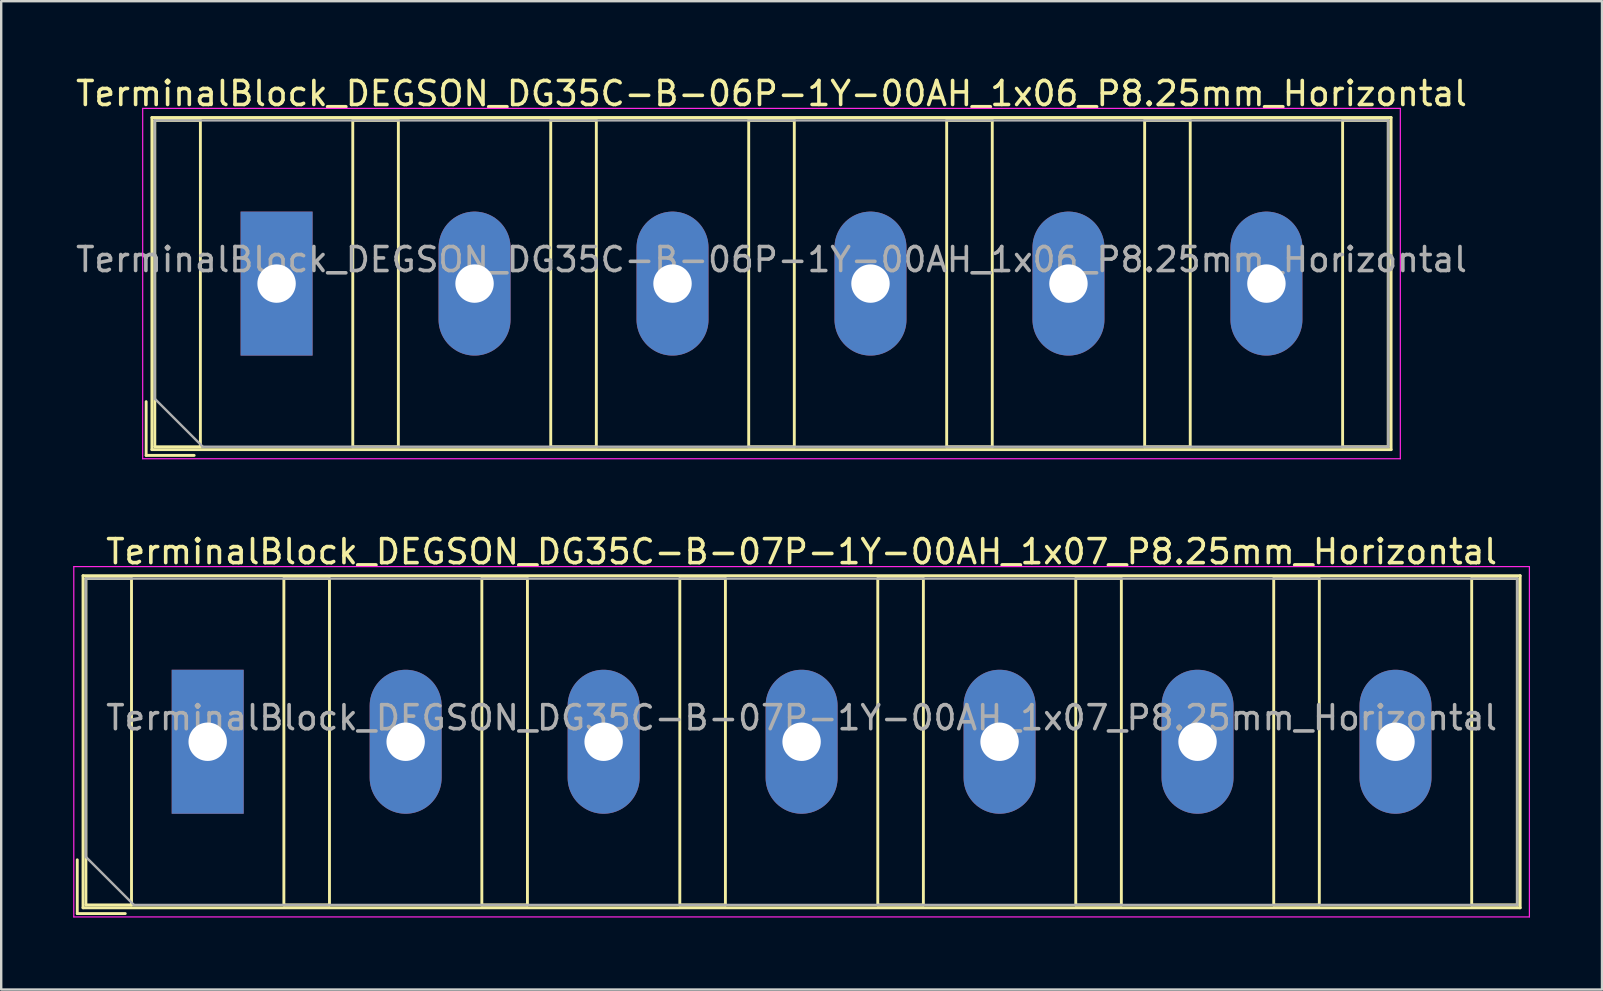
<source format=kicad_pcb>
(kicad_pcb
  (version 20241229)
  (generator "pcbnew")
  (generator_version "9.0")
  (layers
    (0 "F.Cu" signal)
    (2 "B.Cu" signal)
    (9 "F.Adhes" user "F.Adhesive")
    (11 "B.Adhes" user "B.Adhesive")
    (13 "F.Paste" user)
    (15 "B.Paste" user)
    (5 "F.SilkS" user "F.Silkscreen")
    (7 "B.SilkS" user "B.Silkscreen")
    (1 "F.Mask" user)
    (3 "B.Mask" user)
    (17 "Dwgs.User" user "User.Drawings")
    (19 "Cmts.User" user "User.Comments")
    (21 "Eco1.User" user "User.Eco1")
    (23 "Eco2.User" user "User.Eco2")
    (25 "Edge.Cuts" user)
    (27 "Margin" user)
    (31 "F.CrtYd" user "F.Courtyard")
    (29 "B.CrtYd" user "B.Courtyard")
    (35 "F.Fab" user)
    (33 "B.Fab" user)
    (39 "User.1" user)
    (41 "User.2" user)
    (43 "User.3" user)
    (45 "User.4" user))
  (footprint "TerminalBlock_DEGSON_DG35C-B-06P-1Y-00AH_1x06_P8.25mm_Horizontal"
    (layer "F.Cu")
    (at 8.476 8.768)
    (property "Reference" "TerminalBlock_DEGSON_DG35C-B-06P-1Y-00AH_1x06_P8.25mm_Horizontal" (at 20.625 -7.92 0) (layer "F.SilkS") (effects (font (size 1 1) (thickness 0.15))))
    (attr through_hole)
    (fp_line (start -1.98 -3.48) (end -1.98 3.48) (stroke (width 0.01) (type solid)) (layer "F.Mask"))
    (fp_line (start -1.98 3.48) (end 1.98 3.48) (stroke (width 0.01) (type solid)) (layer "F.Mask"))
    (fp_line (start 1.98 -3.48) (end -1.98 -3.48) (stroke (width 0.01) (type solid)) (layer "F.Mask"))
    (fp_line (start 1.98 3.48) (end 1.98 -3.48) (stroke (width 0.01) (type solid)) (layer "F.Mask"))
    (fp_line (start 6.27 -3.48) (end 6.27 3.48) (stroke (width 0.01) (type solid)) (layer "F.Mask"))
    (fp_line (start 6.27 3.48) (end 10.23 3.48) (stroke (width 0.01) (type solid)) (layer "F.Mask"))
    (fp_line (start 10.23 -3.48) (end 6.27 -3.48) (stroke (width 0.01) (type solid)) (layer "F.Mask"))
    (fp_line (start 10.23 3.48) (end 10.23 -3.48) (stroke (width 0.01) (type solid)) (layer "F.Mask"))
    (fp_line (start 14.52 -3.48) (end 14.52 3.48) (stroke (width 0.01) (type solid)) (layer "F.Mask"))
    (fp_line (start 14.52 3.48) (end 18.48 3.48) (stroke (width 0.01) (type solid)) (layer "F.Mask"))
    (fp_line (start 18.48 -3.48) (end 14.52 -3.48) (stroke (width 0.01) (type solid)) (layer "F.Mask"))
    (fp_line (start 18.48 3.48) (end 18.48 -3.48) (stroke (width 0.01) (type solid)) (layer "F.Mask"))
    (fp_line (start 22.77 -3.48) (end 22.77 3.48) (stroke (width 0.01) (type solid)) (layer "F.Mask"))
    (fp_line (start 22.77 3.48) (end 26.73 3.48) (stroke (width 0.01) (type solid)) (layer "F.Mask"))
    (fp_line (start 26.73 -3.48) (end 22.77 -3.48) (stroke (width 0.01) (type solid)) (layer "F.Mask"))
    (fp_line (start 26.73 3.48) (end 26.73 -3.48) (stroke (width 0.01) (type solid)) (layer "F.Mask"))
    (fp_line (start 31.02 -3.48) (end 31.02 3.48) (stroke (width 0.01) (type solid)) (layer "F.Mask"))
    (fp_line (start 31.02 3.48) (end 34.98 3.48) (stroke (width 0.01) (type solid)) (layer "F.Mask"))
    (fp_line (start 34.98 -3.48) (end 31.02 -3.48) (stroke (width 0.01) (type solid)) (layer "F.Mask"))
    (fp_line (start 34.98 3.48) (end 34.98 -3.48) (stroke (width 0.01) (type solid)) (layer "F.Mask"))
    (fp_line (start 39.27 -3.48) (end 39.27 3.48) (stroke (width 0.01) (type solid)) (layer "F.Mask"))
    (fp_line (start 39.27 3.48) (end 43.23 3.48) (stroke (width 0.01) (type solid)) (layer "F.Mask"))
    (fp_line (start 43.23 -3.48) (end 39.27 -3.48) (stroke (width 0.01) (type solid)) (layer "F.Mask"))
    (fp_line (start 43.23 3.48) (end 43.23 -3.48) (stroke (width 0.01) (type solid)) (layer "F.Mask"))
    (fp_line (start -5.435 4.92) (end -5.435 7.16) (stroke (width 0.12) (type solid)) (layer "F.SilkS"))
    (fp_line (start -5.435 7.16) (end -3.435 7.16) (stroke (width 0.12) (type solid)) (layer "F.SilkS"))
    (fp_line (start -5.195 -6.92) (end -5.195 6.92) (stroke (width 0.12) (type solid)) (layer "F.SilkS"))
    (fp_line (start -5.195 -6.92) (end 46.445 -6.92) (stroke (width 0.12) (type solid)) (layer "F.SilkS"))
    (fp_line (start -5.195 6.92) (end 46.445 6.92) (stroke (width 0.12) (type solid)) (layer "F.SilkS"))
    (fp_line (start -5.075 -6.8) (end -5.075 6.8) (stroke (width 0.12) (type solid)) (layer "F.SilkS"))
    (fp_line (start -5.075 6.8) (end -3.175 6.8) (stroke (width 0.12) (type solid)) (layer "F.SilkS"))
    (fp_line (start -3.175 -6.8) (end -5.075 -6.8) (stroke (width 0.12) (type solid)) (layer "F.SilkS"))
    (fp_line (start -3.175 6.8) (end -3.175 -6.8) (stroke (width 0.12) (type solid)) (layer "F.SilkS"))
    (fp_line (start 3.175 -6.8) (end 3.175 6.8) (stroke (width 0.12) (type solid)) (layer "F.SilkS"))
    (fp_line (start 3.175 6.8) (end 5.075 6.8) (stroke (width 0.12) (type solid)) (layer "F.SilkS"))
    (fp_line (start 5.075 -6.8) (end 3.175 -6.8) (stroke (width 0.12) (type solid)) (layer "F.SilkS"))
    (fp_line (start 5.075 6.8) (end 5.075 -6.8) (stroke (width 0.12) (type solid)) (layer "F.SilkS"))
    (fp_line (start 11.425 -6.8) (end 11.425 6.8) (stroke (width 0.12) (type solid)) (layer "F.SilkS"))
    (fp_line (start 11.425 6.8) (end 13.325 6.8) (stroke (width 0.12) (type solid)) (layer "F.SilkS"))
    (fp_line (start 13.325 -6.8) (end 11.425 -6.8) (stroke (width 0.12) (type solid)) (layer "F.SilkS"))
    (fp_line (start 13.325 6.8) (end 13.325 -6.8) (stroke (width 0.12) (type solid)) (layer "F.SilkS"))
    (fp_line (start 19.675 -6.8) (end 19.675 6.8) (stroke (width 0.12) (type solid)) (layer "F.SilkS"))
    (fp_line (start 19.675 6.8) (end 21.575 6.8) (stroke (width 0.12) (type solid)) (layer "F.SilkS"))
    (fp_line (start 21.575 -6.8) (end 19.675 -6.8) (stroke (width 0.12) (type solid)) (layer "F.SilkS"))
    (fp_line (start 21.575 6.8) (end 21.575 -6.8) (stroke (width 0.12) (type solid)) (layer "F.SilkS"))
    (fp_line (start 27.925 -6.8) (end 27.925 6.8) (stroke (width 0.12) (type solid)) (layer "F.SilkS"))
    (fp_line (start 27.925 6.8) (end 29.825 6.8) (stroke (width 0.12) (type solid)) (layer "F.SilkS"))
    (fp_line (start 29.825 -6.8) (end 27.925 -6.8) (stroke (width 0.12) (type solid)) (layer "F.SilkS"))
    (fp_line (start 29.825 6.8) (end 29.825 -6.8) (stroke (width 0.12) (type solid)) (layer "F.SilkS"))
    (fp_line (start 36.175 -6.8) (end 36.175 6.8) (stroke (width 0.12) (type solid)) (layer "F.SilkS"))
    (fp_line (start 36.175 6.8) (end 38.075 6.8) (stroke (width 0.12) (type solid)) (layer "F.SilkS"))
    (fp_line (start 38.075 -6.8) (end 36.175 -6.8) (stroke (width 0.12) (type solid)) (layer "F.SilkS"))
    (fp_line (start 38.075 6.8) (end 38.075 -6.8) (stroke (width 0.12) (type solid)) (layer "F.SilkS"))
    (fp_line (start 44.425 -6.8) (end 44.425 6.8) (stroke (width 0.12) (type solid)) (layer "F.SilkS"))
    (fp_line (start 44.425 6.8) (end 46.325 6.8) (stroke (width 0.12) (type solid)) (layer "F.SilkS"))
    (fp_line (start 46.325 -6.8) (end 44.425 -6.8) (stroke (width 0.12) (type solid)) (layer "F.SilkS"))
    (fp_line (start 46.325 6.8) (end 46.325 -6.8) (stroke (width 0.12) (type solid)) (layer "F.SilkS"))
    (fp_line (start 46.445 -6.92) (end 46.445 6.92) (stroke (width 0.12) (type solid)) (layer "F.SilkS"))
    (fp_line (start -5.58 -7.3) (end -5.58 7.3) (stroke (width 0.05) (type solid)) (layer "F.CrtYd"))
    (fp_line (start -5.58 7.3) (end 46.83 7.3) (stroke (width 0.05) (type solid)) (layer "F.CrtYd"))
    (fp_line (start 46.83 -7.3) (end -5.58 -7.3) (stroke (width 0.05) (type solid)) (layer "F.CrtYd"))
    (fp_line (start 46.83 7.3) (end 46.83 -7.3) (stroke (width 0.05) (type solid)) (layer "F.CrtYd"))
    (fp_line (start -5.075 -6.8) (end 46.325 -6.8) (stroke (width 0.1) (type solid)) (layer "F.Fab"))
    (fp_line (start -5.075 4.8) (end -5.075 -6.8) (stroke (width 0.1) (type solid)) (layer "F.Fab"))
    (fp_line (start -3.075 6.8) (end -5.075 4.8) (stroke (width 0.1) (type solid)) (layer "F.Fab"))
    (fp_line (start 46.325 -6.8) (end 46.325 6.8) (stroke (width 0.1) (type solid)) (layer "F.Fab"))
    (fp_line (start 46.325 6.8) (end -3.075 6.8) (stroke (width 0.1) (type solid)) (layer "F.Fab"))
    (fp_text user "${REFERENCE}" (at 20.625 -1 0) (layer "F.Fab") (effects (font (size 1 1) (thickness 0.15))))
    (pad "1" thru_hole rect (at 0 0) (size 3 6) (drill 1.6) (layers "*.Cu" "*.Mask"))
    (pad "2" thru_hole oval (at 8.25 0) (size 3 6) (drill 1.6) (layers "*.Cu" "*.Mask"))
    (pad "3" thru_hole oval (at 16.5 0) (size 3 6) (drill 1.6) (layers "*.Cu" "*.Mask"))
    (pad "4" thru_hole oval (at 24.75 0) (size 3 6) (drill 1.6) (layers "*.Cu" "*.Mask"))
    (pad "5" thru_hole oval (at 33 0) (size 3 6) (drill 1.6) (layers "*.Cu" "*.Mask"))
    (pad "6" thru_hole oval (at 41.25 0) (size 3 6) (drill 1.6) (layers "*.Cu" "*.Mask")))
  (footprint "TerminalBlock_DEGSON_DG35C-B-07P-1Y-00AH_1x07_P8.25mm_Horizontal"
    (layer "F.Cu")
    (at 5.605 27.861)
    (property "Reference" "TerminalBlock_DEGSON_DG35C-B-07P-1Y-00AH_1x07_P8.25mm_Horizontal" (at 24.75 -7.92 0) (layer "F.SilkS") (effects (font (size 1 1) (thickness 0.15))))
    (attr through_hole)
    (fp_line (start -1.98 -3.48) (end -1.98 3.48) (stroke (width 0.01) (type solid)) (layer "F.Mask"))
    (fp_line (start -1.98 3.48) (end 1.98 3.48) (stroke (width 0.01) (type solid)) (layer "F.Mask"))
    (fp_line (start 1.98 -3.48) (end -1.98 -3.48) (stroke (width 0.01) (type solid)) (layer "F.Mask"))
    (fp_line (start 1.98 3.48) (end 1.98 -3.48) (stroke (width 0.01) (type solid)) (layer "F.Mask"))
    (fp_line (start 6.27 -3.48) (end 6.27 3.48) (stroke (width 0.01) (type solid)) (layer "F.Mask"))
    (fp_line (start 6.27 3.48) (end 10.23 3.48) (stroke (width 0.01) (type solid)) (layer "F.Mask"))
    (fp_line (start 10.23 -3.48) (end 6.27 -3.48) (stroke (width 0.01) (type solid)) (layer "F.Mask"))
    (fp_line (start 10.23 3.48) (end 10.23 -3.48) (stroke (width 0.01) (type solid)) (layer "F.Mask"))
    (fp_line (start 14.52 -3.48) (end 14.52 3.48) (stroke (width 0.01) (type solid)) (layer "F.Mask"))
    (fp_line (start 14.52 3.48) (end 18.48 3.48) (stroke (width 0.01) (type solid)) (layer "F.Mask"))
    (fp_line (start 18.48 -3.48) (end 14.52 -3.48) (stroke (width 0.01) (type solid)) (layer "F.Mask"))
    (fp_line (start 18.48 3.48) (end 18.48 -3.48) (stroke (width 0.01) (type solid)) (layer "F.Mask"))
    (fp_line (start 22.77 -3.48) (end 22.77 3.48) (stroke (width 0.01) (type solid)) (layer "F.Mask"))
    (fp_line (start 22.77 3.48) (end 26.73 3.48) (stroke (width 0.01) (type solid)) (layer "F.Mask"))
    (fp_line (start 26.73 -3.48) (end 22.77 -3.48) (stroke (width 0.01) (type solid)) (layer "F.Mask"))
    (fp_line (start 26.73 3.48) (end 26.73 -3.48) (stroke (width 0.01) (type solid)) (layer "F.Mask"))
    (fp_line (start 31.02 -3.48) (end 31.02 3.48) (stroke (width 0.01) (type solid)) (layer "F.Mask"))
    (fp_line (start 31.02 3.48) (end 34.98 3.48) (stroke (width 0.01) (type solid)) (layer "F.Mask"))
    (fp_line (start 34.98 -3.48) (end 31.02 -3.48) (stroke (width 0.01) (type solid)) (layer "F.Mask"))
    (fp_line (start 34.98 3.48) (end 34.98 -3.48) (stroke (width 0.01) (type solid)) (layer "F.Mask"))
    (fp_line (start 39.27 -3.48) (end 39.27 3.48) (stroke (width 0.01) (type solid)) (layer "F.Mask"))
    (fp_line (start 39.27 3.48) (end 43.23 3.48) (stroke (width 0.01) (type solid)) (layer "F.Mask"))
    (fp_line (start 43.23 -3.48) (end 39.27 -3.48) (stroke (width 0.01) (type solid)) (layer "F.Mask"))
    (fp_line (start 43.23 3.48) (end 43.23 -3.48) (stroke (width 0.01) (type solid)) (layer "F.Mask"))
    (fp_line (start 47.52 -3.48) (end 47.52 3.48) (stroke (width 0.01) (type solid)) (layer "F.Mask"))
    (fp_line (start 47.52 3.48) (end 51.48 3.48) (stroke (width 0.01) (type solid)) (layer "F.Mask"))
    (fp_line (start 51.48 -3.48) (end 47.52 -3.48) (stroke (width 0.01) (type solid)) (layer "F.Mask"))
    (fp_line (start 51.48 3.48) (end 51.48 -3.48) (stroke (width 0.01) (type solid)) (layer "F.Mask"))
    (fp_line (start -5.435 4.92) (end -5.435 7.16) (stroke (width 0.12) (type solid)) (layer "F.SilkS"))
    (fp_line (start -5.435 7.16) (end -3.435 7.16) (stroke (width 0.12) (type solid)) (layer "F.SilkS"))
    (fp_line (start -5.195 -6.92) (end -5.195 6.92) (stroke (width 0.12) (type solid)) (layer "F.SilkS"))
    (fp_line (start -5.195 -6.92) (end 54.695 -6.92) (stroke (width 0.12) (type solid)) (layer "F.SilkS"))
    (fp_line (start -5.195 6.92) (end 54.695 6.92) (stroke (width 0.12) (type solid)) (layer "F.SilkS"))
    (fp_line (start -5.075 -6.8) (end -5.075 6.8) (stroke (width 0.12) (type solid)) (layer "F.SilkS"))
    (fp_line (start -5.075 6.8) (end -3.175 6.8) (stroke (width 0.12) (type solid)) (layer "F.SilkS"))
    (fp_line (start -3.175 -6.8) (end -5.075 -6.8) (stroke (width 0.12) (type solid)) (layer "F.SilkS"))
    (fp_line (start -3.175 6.8) (end -3.175 -6.8) (stroke (width 0.12) (type solid)) (layer "F.SilkS"))
    (fp_line (start 3.175 -6.8) (end 3.175 6.8) (stroke (width 0.12) (type solid)) (layer "F.SilkS"))
    (fp_line (start 3.175 6.8) (end 5.075 6.8) (stroke (width 0.12) (type solid)) (layer "F.SilkS"))
    (fp_line (start 5.075 -6.8) (end 3.175 -6.8) (stroke (width 0.12) (type solid)) (layer "F.SilkS"))
    (fp_line (start 5.075 6.8) (end 5.075 -6.8) (stroke (width 0.12) (type solid)) (layer "F.SilkS"))
    (fp_line (start 11.425 -6.8) (end 11.425 6.8) (stroke (width 0.12) (type solid)) (layer "F.SilkS"))
    (fp_line (start 11.425 6.8) (end 13.325 6.8) (stroke (width 0.12) (type solid)) (layer "F.SilkS"))
    (fp_line (start 13.325 -6.8) (end 11.425 -6.8) (stroke (width 0.12) (type solid)) (layer "F.SilkS"))
    (fp_line (start 13.325 6.8) (end 13.325 -6.8) (stroke (width 0.12) (type solid)) (layer "F.SilkS"))
    (fp_line (start 19.675 -6.8) (end 19.675 6.8) (stroke (width 0.12) (type solid)) (layer "F.SilkS"))
    (fp_line (start 19.675 6.8) (end 21.575 6.8) (stroke (width 0.12) (type solid)) (layer "F.SilkS"))
    (fp_line (start 21.575 -6.8) (end 19.675 -6.8) (stroke (width 0.12) (type solid)) (layer "F.SilkS"))
    (fp_line (start 21.575 6.8) (end 21.575 -6.8) (stroke (width 0.12) (type solid)) (layer "F.SilkS"))
    (fp_line (start 27.925 -6.8) (end 27.925 6.8) (stroke (width 0.12) (type solid)) (layer "F.SilkS"))
    (fp_line (start 27.925 6.8) (end 29.825 6.8) (stroke (width 0.12) (type solid)) (layer "F.SilkS"))
    (fp_line (start 29.825 -6.8) (end 27.925 -6.8) (stroke (width 0.12) (type solid)) (layer "F.SilkS"))
    (fp_line (start 29.825 6.8) (end 29.825 -6.8) (stroke (width 0.12) (type solid)) (layer "F.SilkS"))
    (fp_line (start 36.175 -6.8) (end 36.175 6.8) (stroke (width 0.12) (type solid)) (layer "F.SilkS"))
    (fp_line (start 36.175 6.8) (end 38.075 6.8) (stroke (width 0.12) (type solid)) (layer "F.SilkS"))
    (fp_line (start 38.075 -6.8) (end 36.175 -6.8) (stroke (width 0.12) (type solid)) (layer "F.SilkS"))
    (fp_line (start 38.075 6.8) (end 38.075 -6.8) (stroke (width 0.12) (type solid)) (layer "F.SilkS"))
    (fp_line (start 44.425 -6.8) (end 44.425 6.8) (stroke (width 0.12) (type solid)) (layer "F.SilkS"))
    (fp_line (start 44.425 6.8) (end 46.325 6.8) (stroke (width 0.12) (type solid)) (layer "F.SilkS"))
    (fp_line (start 46.325 -6.8) (end 44.425 -6.8) (stroke (width 0.12) (type solid)) (layer "F.SilkS"))
    (fp_line (start 46.325 6.8) (end 46.325 -6.8) (stroke (width 0.12) (type solid)) (layer "F.SilkS"))
    (fp_line (start 52.675 -6.8) (end 52.675 6.8) (stroke (width 0.12) (type solid)) (layer "F.SilkS"))
    (fp_line (start 52.675 6.8) (end 54.575 6.8) (stroke (width 0.12) (type solid)) (layer "F.SilkS"))
    (fp_line (start 54.575 -6.8) (end 52.675 -6.8) (stroke (width 0.12) (type solid)) (layer "F.SilkS"))
    (fp_line (start 54.575 6.8) (end 54.575 -6.8) (stroke (width 0.12) (type solid)) (layer "F.SilkS"))
    (fp_line (start 54.695 -6.92) (end 54.695 6.92) (stroke (width 0.12) (type solid)) (layer "F.SilkS"))
    (fp_line (start -5.58 -7.3) (end -5.58 7.3) (stroke (width 0.05) (type solid)) (layer "F.CrtYd"))
    (fp_line (start -5.58 7.3) (end 55.08 7.3) (stroke (width 0.05) (type solid)) (layer "F.CrtYd"))
    (fp_line (start 55.08 -7.3) (end -5.58 -7.3) (stroke (width 0.05) (type solid)) (layer "F.CrtYd"))
    (fp_line (start 55.08 7.3) (end 55.08 -7.3) (stroke (width 0.05) (type solid)) (layer "F.CrtYd"))
    (fp_line (start -5.075 -6.8) (end 54.575 -6.8) (stroke (width 0.1) (type solid)) (layer "F.Fab"))
    (fp_line (start -5.075 4.8) (end -5.075 -6.8) (stroke (width 0.1) (type solid)) (layer "F.Fab"))
    (fp_line (start -3.075 6.8) (end -5.075 4.8) (stroke (width 0.1) (type solid)) (layer "F.Fab"))
    (fp_line (start 54.575 -6.8) (end 54.575 6.8) (stroke (width 0.1) (type solid)) (layer "F.Fab"))
    (fp_line (start 54.575 6.8) (end -3.075 6.8) (stroke (width 0.1) (type solid)) (layer "F.Fab"))
    (fp_text user "${REFERENCE}" (at 24.75 -1 0) (layer "F.Fab") (effects (font (size 1 1) (thickness 0.15))))
    (pad "1" thru_hole rect (at 0 0) (size 3 6) (drill 1.6) (layers "*.Cu" "*.Mask"))
    (pad "2" thru_hole oval (at 8.25 0) (size 3 6) (drill 1.6) (layers "*.Cu" "*.Mask"))
    (pad "3" thru_hole oval (at 16.5 0) (size 3 6) (drill 1.6) (layers "*.Cu" "*.Mask"))
    (pad "4" thru_hole oval (at 24.75 0) (size 3 6) (drill 1.6) (layers "*.Cu" "*.Mask"))
    (pad "5" thru_hole oval (at 33 0) (size 3 6) (drill 1.6) (layers "*.Cu" "*.Mask"))
    (pad "6" thru_hole oval (at 41.25 0) (size 3 6) (drill 1.6) (layers "*.Cu" "*.Mask"))
    (pad "7" thru_hole oval (at 49.5 0) (size 3 6) (drill 1.6) (layers "*.Cu" "*.Mask")))
  (gr_rect
    (start -3 -3)
    (end 63.71 38.187)
    (stroke (width 0.1) (type default))
    (fill no)
    (layer "Edge.Cuts")))
</source>
